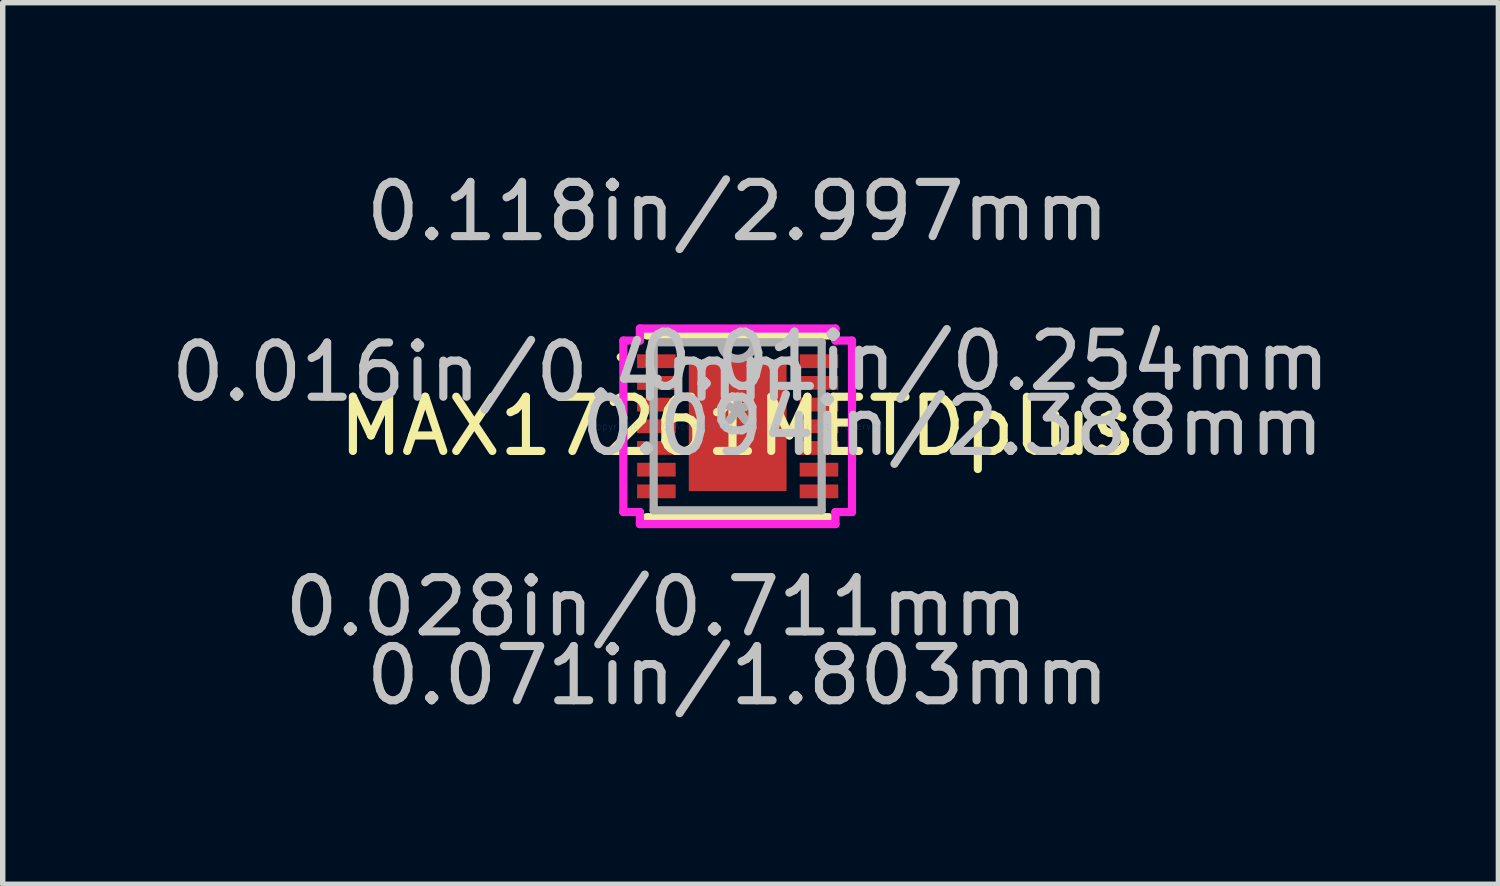
<source format=kicad_pcb>
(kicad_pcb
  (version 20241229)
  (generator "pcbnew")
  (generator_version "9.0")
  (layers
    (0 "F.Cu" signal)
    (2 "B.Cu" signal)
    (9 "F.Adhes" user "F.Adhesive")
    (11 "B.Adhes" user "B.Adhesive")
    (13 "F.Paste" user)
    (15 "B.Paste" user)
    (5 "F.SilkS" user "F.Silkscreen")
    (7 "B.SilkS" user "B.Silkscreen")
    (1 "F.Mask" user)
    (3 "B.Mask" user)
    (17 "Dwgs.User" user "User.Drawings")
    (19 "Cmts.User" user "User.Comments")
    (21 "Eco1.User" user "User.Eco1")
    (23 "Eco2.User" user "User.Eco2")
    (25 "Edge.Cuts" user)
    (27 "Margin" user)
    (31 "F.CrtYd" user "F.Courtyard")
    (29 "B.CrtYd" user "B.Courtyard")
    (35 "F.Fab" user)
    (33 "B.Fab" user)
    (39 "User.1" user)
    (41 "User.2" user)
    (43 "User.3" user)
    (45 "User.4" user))
  (footprint "MAX17261METDplus"
    (layer "F.Cu")
    (at 10.553 4.811)
    (property "Reference" "MAX17261METDplus" (at 0 0 0) (layer "F.SilkS") (effects (font (size 1 1) (thickness 0.15))))
    (attr through_hole)
    (fp_line (start -1.676 1.676) (end 1.676 1.676) (stroke (width 0.152) (type solid)) (layer "F.SilkS"))
    (fp_line (start 1.676 -1.676) (end -1.676 -1.676) (stroke (width 0.152) (type solid)) (layer "F.SilkS"))
    (fp_arc (start -2.1558 -1.2762) (mid -2.086253 -1.23114) (end -2.098958 -1.149251) (stroke (width 0.1524) (type solid)) (layer "F.SilkS"))
    (fp_line (start -0.902 -1.194) (end -0.902 1.194) (stroke (width 0.152) (type solid)) (layer "F.Paste"))
    (fp_line (start -0.902 1.194) (end 0.902 1.194) (stroke (width 0.152) (type solid)) (layer "F.Paste"))
    (fp_line (start 0.902 -1.194) (end -0.902 -1.194) (stroke (width 0.152) (type solid)) (layer "F.Paste"))
    (fp_line (start 0.902 1.194) (end 0.902 -1.194) (stroke (width 0.152) (type solid)) (layer "F.Paste"))
    (fp_line (start -2.108 -1.581) (end -1.803 -1.581) (stroke (width 0.152) (type solid)) (layer "F.CrtYd"))
    (fp_line (start -2.108 1.581) (end -2.108 -1.581) (stroke (width 0.152) (type solid)) (layer "F.CrtYd"))
    (fp_line (start -1.803 -1.803) (end 1.803 -1.803) (stroke (width 0.152) (type solid)) (layer "F.CrtYd"))
    (fp_line (start -1.803 -1.581) (end -1.803 -1.803) (stroke (width 0.152) (type solid)) (layer "F.CrtYd"))
    (fp_line (start -1.803 1.581) (end -2.108 1.581) (stroke (width 0.152) (type solid)) (layer "F.CrtYd"))
    (fp_line (start -1.803 1.803) (end -1.803 1.581) (stroke (width 0.152) (type solid)) (layer "F.CrtYd"))
    (fp_line (start 1.803 -1.803) (end 1.803 -1.581) (stroke (width 0.152) (type solid)) (layer "F.CrtYd"))
    (fp_line (start 1.803 -1.581) (end 2.108 -1.581) (stroke (width 0.152) (type solid)) (layer "F.CrtYd"))
    (fp_line (start 1.803 1.581) (end 1.803 1.803) (stroke (width 0.152) (type solid)) (layer "F.CrtYd"))
    (fp_line (start 1.803 1.803) (end -1.803 1.803) (stroke (width 0.152) (type solid)) (layer "F.CrtYd"))
    (fp_line (start 2.108 -1.581) (end 2.108 1.581) (stroke (width 0.152) (type solid)) (layer "F.CrtYd"))
    (fp_line (start 2.108 1.581) (end 1.803 1.581) (stroke (width 0.152) (type solid)) (layer "F.CrtYd"))
    (fp_line (start -1.549 -1.549) (end -1.549 1.549) (stroke (width 0.152) (type solid)) (layer "F.Fab"))
    (fp_line (start -1.549 1.549) (end 1.549 1.549) (stroke (width 0.152) (type solid)) (layer "F.Fab"))
    (fp_line (start 1.549 -1.549) (end -1.549 -1.549) (stroke (width 0.152) (type solid)) (layer "F.Fab"))
    (fp_line (start 1.549 1.549) (end 1.549 -1.549) (stroke (width 0.152) (type solid)) (layer "F.Fab"))
    (fp_arc (start 0.3048 -1.5494) (mid 0 -1.2446) (end -0.3048 -1.5494) (stroke (width 0.1524) (type solid)) (layer "F.Fab"))
    (fp_text user "*" (at 0 0 0) (layer "F.SilkS") (effects (font (size 1 1) (thickness 0.15))))
    (fp_text user "0.028in/0.711mm" (at -1.499 3.327 0) (layer "Dwgs.User") (effects (font (size 1 1) (thickness 0.15))))
    (fp_text user "0.118in/2.997mm" (at 0 -3.962 0) (layer "Dwgs.User") (effects (font (size 1 1) (thickness 0.15))))
    (fp_text user "0.071in/1.803mm" (at 0 4.597 0) (layer "Dwgs.User") (effects (font (size 1 1) (thickness 0.15))))
    (fp_text user "0.016in/0.4mm" (at -4.547 -1 0) (layer "Dwgs.User") (effects (font (size 1 1) (thickness 0.15))))
    (fp_text user "0.094in/2.388mm" (at 3.962 0 0) (layer "Dwgs.User") (effects (font (size 1 1) (thickness 0.15))))
    (fp_text user "0.01in/0.254mm" (at 4.547 -1.2 0) (layer "Dwgs.User") (effects (font (size 1 1) (thickness 0.15))))
    (fp_text user "Copyright 2016 Accelerated Designs. All rights reserved." (at 0 0 0) (layer "Cmts.User") (effects (font (size 0.127 0.127) (thickness 0.002))))
    (fp_text user "*" (at 0 0 0) (layer "F.Fab") (effects (font (size 1 1) (thickness 0.15))))
    (pad "1" smd rect (at -1.499 -1.2) (size 0.711 0.254) (layers "F.Cu" "F.Mask" "F.Paste"))
    (pad "2" smd rect (at -1.499 -0.8) (size 0.711 0.254) (layers "F.Cu" "F.Mask" "F.Paste"))
    (pad "3" smd rect (at -1.499 -0.4) (size 0.711 0.254) (layers "F.Cu" "F.Mask" "F.Paste"))
    (pad "4" smd rect (at -1.499 0) (size 0.711 0.254) (layers "F.Cu" "F.Mask" "F.Paste"))
    (pad "5" smd rect (at -1.499 0.4) (size 0.711 0.254) (layers "F.Cu" "F.Mask" "F.Paste"))
    (pad "6" smd rect (at -1.499 0.8) (size 0.711 0.254) (layers "F.Cu" "F.Mask" "F.Paste"))
    (pad "7" smd rect (at -1.499 1.2) (size 0.711 0.254) (layers "F.Cu" "F.Mask" "F.Paste"))
    (pad "8" smd rect (at 1.499 1.2) (size 0.711 0.254) (layers "F.Cu" "F.Mask" "F.Paste"))
    (pad "9" smd rect (at 1.499 0.8) (size 0.711 0.254) (layers "F.Cu" "F.Mask" "F.Paste"))
    (pad "10" smd rect (at 1.499 0.4) (size 0.711 0.254) (layers "F.Cu" "F.Mask" "F.Paste"))
    (pad "11" smd rect (at 1.499 0) (size 0.711 0.254) (layers "F.Cu" "F.Mask" "F.Paste"))
    (pad "12" smd rect (at 1.499 -0.4) (size 0.711 0.254) (layers "F.Cu" "F.Mask" "F.Paste"))
    (pad "13" smd rect (at 1.499 -0.8) (size 0.711 0.254) (layers "F.Cu" "F.Mask" "F.Paste"))
    (pad "14" smd rect (at 1.499 -1.2) (size 0.711 0.254) (layers "F.Cu" "F.Mask" "F.Paste"))
    (pad "15" smd rect (at 0 0) (size 1.803 2.388) (layers "F.Cu" "F.Mask" "F.Paste")))
  (gr_rect
    (start -3 -3)
    (end 24.581 13.256)
    (stroke (width 0.1) (type default))
    (fill no)
    (layer "Edge.Cuts")))
</source>
